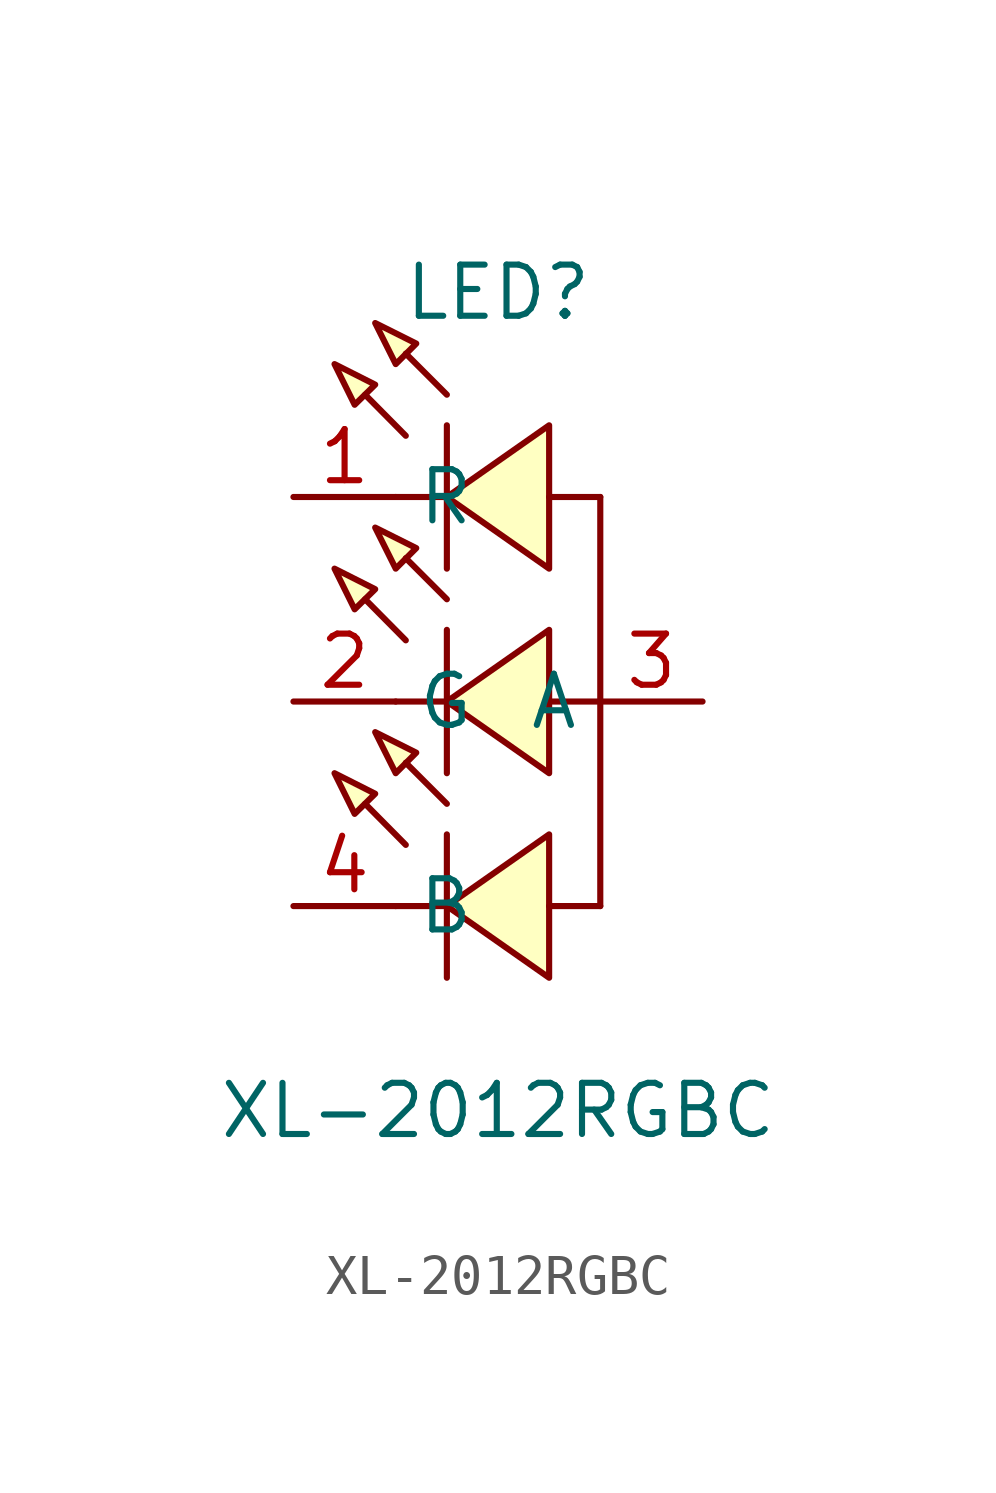
<source format=kicad_sym>
(kicad_symbol_lib
  (version 20220914)
  (generator kicad_symbol_editor)
  (symbol "XL-2012RGBC"
    (property "Reference" "LED"
      (at 0 10.16 0)
      (effects (font (size 1.27 1.27))))
    (property "Value" "XL-2012RGBC"
      (at 0 -10.16 0)
      (effects (font (size 1.27 1.27))))
    (symbol "XL-2012RGBC_0_1"
      (polyline (pts (xy -1.27 -5.08) (xy -2.54 -5.08)) (stroke (width 0) (type default)) (fill (type none)))
      (polyline (pts (xy -1.27 -3.3) (xy -1.27 -6.86)) (stroke (width 0) (type default)) (fill (type none)))
      (polyline (pts (xy -1.27 0) (xy -2.54 0)) (stroke (width 0) (type default)) (fill (type none)))
      (polyline (pts (xy -1.27 1.78) (xy -1.27 -1.78)) (stroke (width 0) (type default)) (fill (type none)))
      (polyline (pts (xy -1.27 5.08) (xy -2.54 5.08)) (stroke (width 0) (type default)) (fill (type none)))
      (polyline (pts (xy -1.27 6.86) (xy -1.27 3.3)) (stroke (width 0) (type default)) (fill (type none)))
      (polyline (pts (xy 2.54 -5.08) (xy 1.27 -5.08)) (stroke (width 0) (type default)) (fill (type none)))
      (polyline (pts (xy 2.54 0) (xy 1.27 0)) (stroke (width 0) (type default)) (fill (type none)))
      (polyline (pts (xy 2.54 5.08) (xy 1.27 5.08)) (stroke (width 0) (type default)) (fill (type none)))
      (polyline (pts (xy 2.54 5.08) (xy 2.54 -5.08)) (stroke (width 0) (type default)) (fill (type none)))
      (polyline (pts (xy -2.29 -3.56) (xy -3.3 -2.54) (xy -2.29 -3.56)) (stroke (width 0) (type default)) (fill (type background)))
      (polyline (pts (xy -2.29 1.52) (xy -3.3 2.54) (xy -2.29 1.52)) (stroke (width 0) (type default)) (fill (type background)))
      (polyline (pts (xy -2.29 6.6) (xy -3.3 7.62) (xy -2.29 6.6)) (stroke (width 0) (type default)) (fill (type background)))
      (polyline (pts (xy -1.27 -2.54) (xy -2.29 -1.52) (xy -1.27 -2.54)) (stroke (width 0) (type default)) (fill (type background)))
      (polyline (pts (xy -1.27 2.54) (xy -2.29 3.56) (xy -1.27 2.54)) (stroke (width 0) (type default)) (fill (type background)))
      (polyline (pts (xy -1.27 7.62) (xy -2.29 8.64) (xy -1.27 7.62)) (stroke (width 0) (type default)) (fill (type background)))
      (polyline (pts (xy -4.06 -1.78) (xy -3.05 -2.29) (xy -3.56 -2.79) (xy -4.06 -1.78)) (stroke (width 0) (type default)) (fill (type background)))
      (polyline (pts (xy -4.06 3.3) (xy -3.05 2.79) (xy -3.56 2.29) (xy -4.06 3.3)) (stroke (width 0) (type default)) (fill (type background)))
      (polyline (pts (xy -4.06 8.38) (xy -3.05 7.87) (xy -3.56 7.37) (xy -4.06 8.38)) (stroke (width 0) (type default)) (fill (type background)))
      (polyline (pts (xy -3.05 -0.76) (xy -2.03 -1.27) (xy -2.54 -1.78) (xy -3.05 -0.76)) (stroke (width 0) (type default)) (fill (type background)))
      (polyline (pts (xy -3.05 4.32) (xy -2.03 3.81) (xy -2.54 3.3) (xy -3.05 4.32)) (stroke (width 0) (type default)) (fill (type background)))
      (polyline (pts (xy -3.05 9.4) (xy -2.03 8.89) (xy -2.54 8.38) (xy -3.05 9.4)) (stroke (width 0) (type default)) (fill (type background)))
      (polyline (pts (xy 1.27 -3.3) (xy -1.27 -5.08) (xy 1.27 -6.86) (xy 1.27 -3.3)) (stroke (width 0) (type default)) (fill (type background)))
      (polyline (pts (xy 1.27 1.78) (xy -1.27 0) (xy 1.27 -1.78) (xy 1.27 1.78)) (stroke (width 0) (type default)) (fill (type background)))
      (polyline (pts (xy 1.27 6.86) (xy -1.27 5.08) (xy 1.27 3.3) (xy 1.27 6.86)) (stroke (width 0) (type default)) (fill (type background))))
    (symbol "XL-2012RGBC_1_1"
      (pin power_out line (at -5.08 5.08 0) (length 2.54) (name "R" (effects (font (size 1.27 1.27)))) (number "1" (effects (font (size 1.27 1.27)))))
      (pin power_out line (at -5.08 0 0) (length 2.54) (name "G" (effects (font (size 1.27 1.27)))) (number "2" (effects (font (size 1.27 1.27)))))
      (pin power_in line (at 5.08 0 180) (length 2.54) (name "A" (effects (font (size 1.27 1.27)))) (number "3" (effects (font (size 1.27 1.27)))))
      (pin power_out line (at -5.08 -5.08 0) (length 2.54) (name "B" (effects (font (size 1.27 1.27)))) (number "4" (effects (font (size 1.27 1.27))))))))
</source>
